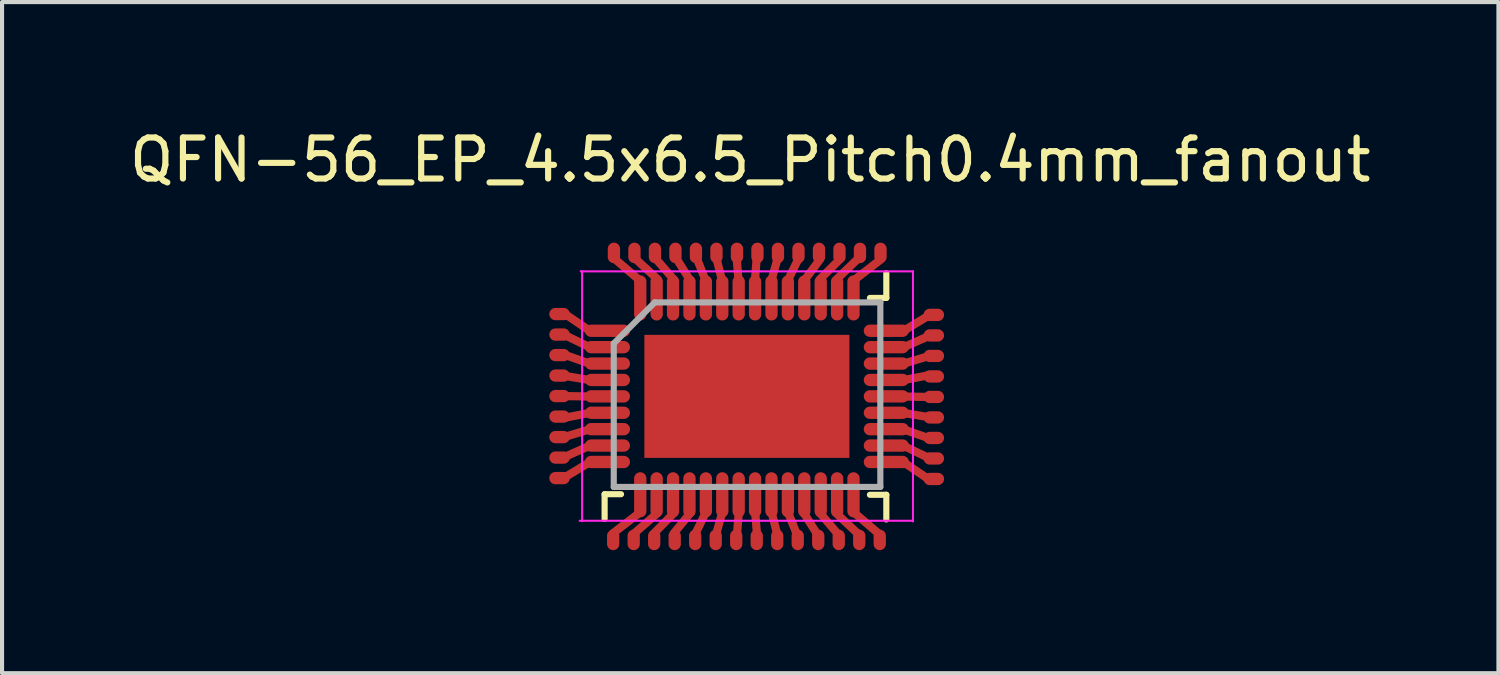
<source format=kicad_pcb>
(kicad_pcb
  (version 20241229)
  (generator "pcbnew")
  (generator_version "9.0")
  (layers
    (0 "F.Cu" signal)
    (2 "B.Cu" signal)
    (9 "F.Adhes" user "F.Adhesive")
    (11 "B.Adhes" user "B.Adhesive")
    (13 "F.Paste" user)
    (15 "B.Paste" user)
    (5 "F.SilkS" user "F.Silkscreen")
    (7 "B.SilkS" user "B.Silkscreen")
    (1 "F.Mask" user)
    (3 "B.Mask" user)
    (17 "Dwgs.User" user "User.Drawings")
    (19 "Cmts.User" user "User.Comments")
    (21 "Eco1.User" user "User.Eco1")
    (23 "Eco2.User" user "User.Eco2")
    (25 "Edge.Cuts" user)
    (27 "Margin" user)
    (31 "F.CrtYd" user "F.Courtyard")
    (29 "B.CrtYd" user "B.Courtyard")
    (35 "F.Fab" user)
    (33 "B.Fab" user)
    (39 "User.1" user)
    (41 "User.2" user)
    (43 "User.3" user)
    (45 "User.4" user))
  (footprint "QFN-56_EP_4.5x6.5_Pitch0.4mm_fanout"
    (layer "F.Cu")
    (at 15.044 6.448)
    (property "Reference" "QFN-56_EP_4.5x6.5_Pitch0.4mm_fanout" (at 0.2 -5.6 0) (layer "F.SilkS") (effects (font (size 1 1) (thickness 0.15))))
    (attr smd)
    (fp_line (start -3.71 -1.43) (end -4.3 -1.83) (stroke (width 0.2) (type solid)) (layer "F.Cu"))
    (fp_line (start -3.71 -1.03) (end -4.31 -1.32) (stroke (width 0.2) (type solid)) (layer "F.Cu"))
    (fp_line (start -3.71 -0.63) (end -4.28 -0.83) (stroke (width 0.2) (type solid)) (layer "F.Cu"))
    (fp_line (start -3.71 -0.23) (end -4.31 -0.33) (stroke (width 0.2) (type solid)) (layer "F.Cu"))
    (fp_line (start -3.71 0.17) (end -4.32 0.16) (stroke (width 0.2) (type solid)) (layer "F.Cu"))
    (fp_line (start -3.71 0.57) (end -4.33 0.69) (stroke (width 0.2) (type solid)) (layer "F.Cu"))
    (fp_line (start -3.71 0.97) (end -4.34 1.16) (stroke (width 0.2) (type solid)) (layer "F.Cu"))
    (fp_line (start -3.71 1.37) (end -4.34 1.65) (stroke (width 0.2) (type solid)) (layer "F.Cu"))
    (fp_line (start -3.71 1.77) (end -4.37 2.17) (stroke (width 0.2) (type solid)) (layer "F.Cu"))
    (fp_line (start -3.14 3.5) (end -2.48 2.99) (stroke (width 0.2) (type solid)) (layer "F.Cu"))
    (fp_line (start -3.116 -3.194) (end -2.486 -2.654) (stroke (width 0.2) (type solid)) (layer "F.Cu"))
    (fp_line (start -2.63 3.51) (end -2.07 3.02) (stroke (width 0.2) (type solid)) (layer "F.Cu"))
    (fp_line (start -2.596 -3.184) (end -2.06 -2.69) (stroke (width 0.2) (type solid)) (layer "F.Cu"))
    (fp_line (start -2.13 3.49) (end -1.66 3.01) (stroke (width 0.2) (type solid)) (layer "F.Cu"))
    (fp_line (start -2.116 -3.204) (end -1.67 -2.69) (stroke (width 0.2) (type solid)) (layer "F.Cu"))
    (fp_line (start -1.66 3.5) (end -1.25 3) (stroke (width 0.2) (type solid)) (layer "F.Cu"))
    (fp_line (start -1.606 -3.204) (end -1.29 -2.7) (stroke (width 0.2) (type solid)) (layer "F.Cu"))
    (fp_line (start -1.14 3.52) (end -0.88 2.99) (stroke (width 0.2) (type solid)) (layer "F.Cu"))
    (fp_line (start -1.106 -3.204) (end -0.886 -2.654) (stroke (width 0.2) (type solid)) (layer "F.Cu"))
    (fp_line (start -0.63 3.52) (end -0.48 2.99) (stroke (width 0.2) (type solid)) (layer "F.Cu"))
    (fp_line (start -0.616 -3.164) (end -0.486 -2.654) (stroke (width 0.2) (type solid)) (layer "F.Cu"))
    (fp_line (start -0.126 -3.144) (end -0.086 -2.654) (stroke (width 0.2) (type solid)) (layer "F.Cu"))
    (fp_line (start -0.12 3.5) (end -0.08 2.99) (stroke (width 0.2) (type solid)) (layer "F.Cu"))
    (fp_line (start 0.354 -3.164) (end 0.314 -2.654) (stroke (width 0.2) (type solid)) (layer "F.Cu"))
    (fp_line (start 0.36 3.48) (end 0.32 2.99) (stroke (width 0.2) (type solid)) (layer "F.Cu"))
    (fp_line (start 0.85 3.5) (end 0.72 2.99) (stroke (width 0.2) (type solid)) (layer "F.Cu"))
    (fp_line (start 0.864 -3.184) (end 0.714 -2.654) (stroke (width 0.2) (type solid)) (layer "F.Cu"))
    (fp_line (start 1.34 3.54) (end 1.12 2.99) (stroke (width 0.2) (type solid)) (layer "F.Cu"))
    (fp_line (start 1.374 -3.184) (end 1.114 -2.654) (stroke (width 0.2) (type solid)) (layer "F.Cu"))
    (fp_line (start 1.84 3.54) (end 1.5 3) (stroke (width 0.2) (type solid)) (layer "F.Cu"))
    (fp_line (start 1.894 -3.164) (end 1.514 -2.654) (stroke (width 0.2) (type solid)) (layer "F.Cu"))
    (fp_line (start 2.35 3.54) (end 1.9 3.01) (stroke (width 0.2) (type solid)) (layer "F.Cu"))
    (fp_line (start 2.364 -3.154) (end 1.91 -2.7) (stroke (width 0.2) (type solid)) (layer "F.Cu"))
    (fp_line (start 2.83 3.52) (end 2.29 3.01) (stroke (width 0.2) (type solid)) (layer "F.Cu"))
    (fp_line (start 2.87 -3.23) (end 2.34 -2.72) (stroke (width 0.2) (type solid)) (layer "F.Cu"))
    (fp_line (start 3.35 3.53) (end 2.72 2.99) (stroke (width 0.2) (type solid)) (layer "F.Cu"))
    (fp_line (start 3.374 -3.164) (end 2.714 -2.654) (stroke (width 0.2) (type solid)) (layer "F.Cu"))
    (fp_line (start 3.936 -1.429) (end 4.596 -1.829) (stroke (width 0.2) (type solid)) (layer "F.Cu"))
    (fp_line (start 3.936 -1.029) (end 4.566 -1.309) (stroke (width 0.2) (type solid)) (layer "F.Cu"))
    (fp_line (start 3.936 -0.629) (end 4.566 -0.819) (stroke (width 0.2) (type solid)) (layer "F.Cu"))
    (fp_line (start 3.936 -0.229) (end 4.556 -0.349) (stroke (width 0.2) (type solid)) (layer "F.Cu"))
    (fp_line (start 3.936 0.171) (end 4.546 0.181) (stroke (width 0.2) (type solid)) (layer "F.Cu"))
    (fp_line (start 3.936 0.571) (end 4.536 0.671) (stroke (width 0.2) (type solid)) (layer "F.Cu"))
    (fp_line (start 3.936 0.971) (end 4.506 1.171) (stroke (width 0.2) (type solid)) (layer "F.Cu"))
    (fp_line (start 3.936 1.371) (end 4.536 1.661) (stroke (width 0.2) (type solid)) (layer "F.Cu"))
    (fp_line (start 3.936 1.771) (end 4.526 2.171) (stroke (width 0.2) (type solid)) (layer "F.Cu"))
    (fp_line (start -3.351 2.553) (end -2.951 2.553) (stroke (width 0.15) (type solid)) (layer "F.SilkS"))
    (fp_line (start -3.351 3.153) (end -3.351 2.553) (stroke (width 0.15) (type solid)) (layer "F.SilkS"))
    (fp_line (start 3.518 -2.833) (end 3.518 -2.233) (stroke (width 0.15) (type solid)) (layer "F.SilkS"))
    (fp_line (start 3.518 -2.233) (end 3.118 -2.233) (stroke (width 0.15) (type solid)) (layer "F.SilkS"))
    (fp_line (start 3.518 2.567) (end 3.118 2.567) (stroke (width 0.15) (type solid)) (layer "F.SilkS"))
    (fp_line (start 3.518 3.167) (end 3.518 2.567) (stroke (width 0.15) (type solid)) (layer "F.SilkS"))
    (fp_line (start -3.96 3.2) (end 4.14 3.2) (stroke (width 0.05) (type solid)) (layer "F.CrtYd"))
    (fp_line (start -3.934 -2.881) (end 4.166 -2.881) (stroke (width 0.05) (type solid)) (layer "F.CrtYd"))
    (fp_line (start -3.9 -2.89) (end -3.9 3.21) (stroke (width 0.05) (type solid)) (layer "F.CrtYd"))
    (fp_line (start 4.168 -2.883) (end 4.168 3.217) (stroke (width 0.05) (type solid)) (layer "F.CrtYd"))
    (fp_line (start -3.128 -1.124) (end -2.128 -2.124) (stroke (width 0.15) (type solid)) (layer "F.Fab"))
    (fp_line (start -3.128 2.376) (end -3.128 -1.124) (stroke (width 0.15) (type solid)) (layer "F.Fab"))
    (fp_line (start -2.128 -2.124) (end 3.372 -2.124) (stroke (width 0.15) (type solid)) (layer "F.Fab"))
    (fp_line (start 3.372 -2.124) (end 3.372 2.376) (stroke (width 0.15) (type solid)) (layer "F.Fab"))
    (fp_line (start 3.372 2.376) (end -3.128 2.376) (stroke (width 0.15) (type solid)) (layer "F.Fab"))
    (pad "" smd rect (at 0.118 0.167 90) (size 3 5) (layers "F.Cu" "F.Mask" "F.Paste"))
    (pad "0" smd oval (at -3.282 -1.433 90) (size 0.3 1.1) (layers "F.Cu" "F.Mask" "F.Paste"))
    (pad "0" smd oval (at -3.282 -1.033 90) (size 0.3 1.1) (layers "F.Cu" "F.Mask" "F.Paste"))
    (pad "0" smd oval (at -3.282 -0.633 90) (size 0.3 1.1) (layers "F.Cu" "F.Mask" "F.Paste"))
    (pad "0" smd oval (at -3.282 -0.233 90) (size 0.3 1.1) (layers "F.Cu" "F.Mask" "F.Paste"))
    (pad "0" smd oval (at -3.282 0.167 90) (size 0.3 1.1) (layers "F.Cu" "F.Mask" "F.Paste"))
    (pad "0" smd oval (at -3.282 0.567 90) (size 0.3 1.1) (layers "F.Cu" "F.Mask" "F.Paste"))
    (pad "0" smd oval (at -3.282 0.967 90) (size 0.3 1.1) (layers "F.Cu" "F.Mask" "F.Paste"))
    (pad "0" smd oval (at -3.282 1.367 90) (size 0.3 1.1) (layers "F.Cu" "F.Mask" "F.Paste"))
    (pad "0" smd oval (at -3.282 1.767 90) (size 0.3 1.1) (layers "F.Cu" "F.Mask" "F.Paste"))
    (pad "0" smd oval (at -2.482 -2.233 180) (size 0.3 1.1) (layers "F.Cu" "F.Mask" "F.Paste"))
    (pad "0" smd oval (at -2.482 2.567 180) (size 0.3 1.1) (layers "F.Cu" "F.Mask" "F.Paste"))
    (pad "0" smd oval (at -2.082 -2.233 180) (size 0.3 1.1) (layers "F.Cu" "F.Mask" "F.Paste"))
    (pad "0" smd oval (at -2.082 2.567 180) (size 0.3 1.1) (layers "F.Cu" "F.Mask" "F.Paste"))
    (pad "0" smd oval (at -1.682 -2.233 180) (size 0.3 1.1) (layers "F.Cu" "F.Mask" "F.Paste"))
    (pad "0" smd oval (at -1.682 2.567 180) (size 0.3 1.1) (layers "F.Cu" "F.Mask" "F.Paste"))
    (pad "0" smd oval (at -1.282 -2.233 180) (size 0.3 1.1) (layers "F.Cu" "F.Mask" "F.Paste"))
    (pad "0" smd oval (at -1.282 2.567 180) (size 0.3 1.1) (layers "F.Cu" "F.Mask" "F.Paste"))
    (pad "0" smd oval (at -0.882 -2.233 180) (size 0.3 1.1) (layers "F.Cu" "F.Mask" "F.Paste"))
    (pad "0" smd oval (at -0.882 2.567 180) (size 0.3 1.1) (layers "F.Cu" "F.Mask" "F.Paste"))
    (pad "0" smd oval (at -0.482 -2.233 180) (size 0.3 1.1) (layers "F.Cu" "F.Mask" "F.Paste"))
    (pad "0" smd oval (at -0.482 2.567 180) (size 0.3 1.1) (layers "F.Cu" "F.Mask" "F.Paste"))
    (pad "0" smd oval (at -0.082 -2.233 180) (size 0.3 1.1) (layers "F.Cu" "F.Mask" "F.Paste"))
    (pad "0" smd oval (at -0.082 2.567 180) (size 0.3 1.1) (layers "F.Cu" "F.Mask" "F.Paste"))
    (pad "0" smd oval (at 0.318 -2.233 180) (size 0.3 1.1) (layers "F.Cu" "F.Mask" "F.Paste"))
    (pad "0" smd oval (at 0.318 2.567 180) (size 0.3 1.1) (layers "F.Cu" "F.Mask" "F.Paste"))
    (pad "0" smd oval (at 0.718 -2.233 180) (size 0.3 1.1) (layers "F.Cu" "F.Mask" "F.Paste"))
    (pad "0" smd oval (at 0.718 2.567 180) (size 0.3 1.1) (layers "F.Cu" "F.Mask" "F.Paste"))
    (pad "0" smd oval (at 1.118 -2.233 180) (size 0.3 1.1) (layers "F.Cu" "F.Mask" "F.Paste"))
    (pad "0" smd oval (at 1.118 2.567 180) (size 0.3 1.1) (layers "F.Cu" "F.Mask" "F.Paste"))
    (pad "0" smd oval (at 1.518 -2.233 180) (size 0.3 1.1) (layers "F.Cu" "F.Mask" "F.Paste"))
    (pad "0" smd oval (at 1.518 2.567 180) (size 0.3 1.1) (layers "F.Cu" "F.Mask" "F.Paste"))
    (pad "0" smd oval (at 1.918 -2.233 180) (size 0.3 1.1) (layers "F.Cu" "F.Mask" "F.Paste"))
    (pad "0" smd oval (at 1.918 2.567 180) (size 0.3 1.1) (layers "F.Cu" "F.Mask" "F.Paste"))
    (pad "0" smd oval (at 2.318 -2.233 180) (size 0.3 1.1) (layers "F.Cu" "F.Mask" "F.Paste"))
    (pad "0" smd oval (at 2.318 2.567 180) (size 0.3 1.1) (layers "F.Cu" "F.Mask" "F.Paste"))
    (pad "0" smd oval (at 2.718 -2.233 180) (size 0.3 1.1) (layers "F.Cu" "F.Mask" "F.Paste"))
    (pad "0" smd oval (at 2.718 2.567 180) (size 0.3 1.1) (layers "F.Cu" "F.Mask" "F.Paste"))
    (pad "0" smd oval (at 3.518 -1.433 90) (size 0.3 1.1) (layers "F.Cu" "F.Mask" "F.Paste"))
    (pad "0" smd oval (at 3.518 -1.033 90) (size 0.3 1.1) (layers "F.Cu" "F.Mask" "F.Paste"))
    (pad "0" smd oval (at 3.518 -0.633 90) (size 0.3 1.1) (layers "F.Cu" "F.Mask" "F.Paste"))
    (pad "0" smd oval (at 3.518 -0.233 90) (size 0.3 1.1) (layers "F.Cu" "F.Mask" "F.Paste"))
    (pad "0" smd oval (at 3.518 0.167 90) (size 0.3 1.1) (layers "F.Cu" "F.Mask" "F.Paste"))
    (pad "0" smd oval (at 3.518 0.567 90) (size 0.3 1.1) (layers "F.Cu" "F.Mask" "F.Paste"))
    (pad "0" smd oval (at 3.518 0.967 90) (size 0.3 1.1) (layers "F.Cu" "F.Mask" "F.Paste"))
    (pad "0" smd oval (at 3.518 1.367 90) (size 0.3 1.1) (layers "F.Cu" "F.Mask" "F.Paste"))
    (pad "0" smd oval (at 3.518 1.767 90) (size 0.3 1.1) (layers "F.Cu" "F.Mask" "F.Paste"))
    (pad "1" smd oval (at -4.45 -1.84 90) (size 0.3 0.5) (layers "F.Cu" "F.Mask" "F.Paste"))
    (pad "2" smd oval (at -4.45 -1.34 90) (size 0.3 0.5) (layers "F.Cu" "F.Mask" "F.Paste"))
    (pad "3" smd oval (at -4.45 -0.84 90) (size 0.3 0.5) (layers "F.Cu" "F.Mask" "F.Paste"))
    (pad "4" smd oval (at -4.45 -0.34 90) (size 0.3 0.5) (layers "F.Cu" "F.Mask" "F.Paste"))
    (pad "5" smd oval (at -4.45 0.16 90) (size 0.3 0.5) (layers "F.Cu" "F.Mask" "F.Paste"))
    (pad "6" smd oval (at -4.45 0.66 90) (size 0.3 0.5) (layers "F.Cu" "F.Mask" "F.Paste"))
    (pad "7" smd oval (at -4.45 1.16 90) (size 0.3 0.5) (layers "F.Cu" "F.Mask" "F.Paste"))
    (pad "8" smd oval (at -4.45 1.66 90) (size 0.3 0.5) (layers "F.Cu" "F.Mask" "F.Paste"))
    (pad "9" smd oval (at -4.45 2.16 90) (size 0.3 0.5) (layers "F.Cu" "F.Mask" "F.Paste"))
    (pad "10" smd oval (at -3.142 3.667 180) (size 0.3 0.5) (layers "F.Cu" "F.Mask" "F.Paste"))
    (pad "11" smd oval (at -2.642 3.667 180) (size 0.3 0.5) (layers "F.Cu" "F.Mask" "F.Paste"))
    (pad "12" smd oval (at -2.142 3.667 180) (size 0.3 0.5) (layers "F.Cu" "F.Mask" "F.Paste"))
    (pad "13" smd oval (at -1.642 3.667 180) (size 0.3 0.5) (layers "F.Cu" "F.Mask" "F.Paste"))
    (pad "14" smd oval (at -1.142 3.667 180) (size 0.3 0.5) (layers "F.Cu" "F.Mask" "F.Paste"))
    (pad "15" smd oval (at -0.642 3.667 180) (size 0.3 0.5) (layers "F.Cu" "F.Mask" "F.Paste"))
    (pad "16" smd oval (at -0.142 3.667 180) (size 0.3 0.5) (layers "F.Cu" "F.Mask" "F.Paste"))
    (pad "17" smd oval (at 0.358 3.667 180) (size 0.3 0.5) (layers "F.Cu" "F.Mask" "F.Paste"))
    (pad "18" smd oval (at 0.858 3.667 180) (size 0.3 0.5) (layers "F.Cu" "F.Mask" "F.Paste"))
    (pad "19" smd oval (at 1.358 3.667 180) (size 0.3 0.5) (layers "F.Cu" "F.Mask" "F.Paste"))
    (pad "20" smd oval (at 1.858 3.667 180) (size 0.3 0.5) (layers "F.Cu" "F.Mask" "F.Paste"))
    (pad "21" smd oval (at 2.358 3.667 180) (size 0.3 0.5) (layers "F.Cu" "F.Mask" "F.Paste"))
    (pad "22" smd oval (at 2.858 3.667 180) (size 0.3 0.5) (layers "F.Cu" "F.Mask" "F.Paste"))
    (pad "23" smd oval (at 3.358 3.667 180) (size 0.3 0.5) (layers "F.Cu" "F.Mask" "F.Paste"))
    (pad "24" smd oval (at 4.676 2.181 270) (size 0.3 0.5) (layers "F.Cu" "F.Mask" "F.Paste"))
    (pad "25" smd oval (at 4.676 1.681 270) (size 0.3 0.5) (layers "F.Cu" "F.Mask" "F.Paste"))
    (pad "26" smd oval (at 4.676 1.181 270) (size 0.3 0.5) (layers "F.Cu" "F.Mask" "F.Paste"))
    (pad "27" smd oval (at 4.676 0.681 270) (size 0.3 0.5) (layers "F.Cu" "F.Mask" "F.Paste"))
    (pad "28" smd oval (at 4.676 0.181 270) (size 0.3 0.5) (layers "F.Cu" "F.Mask" "F.Paste"))
    (pad "29" smd oval (at 4.676 -0.319 270) (size 0.3 0.5) (layers "F.Cu" "F.Mask" "F.Paste"))
    (pad "30" smd oval (at 4.676 -0.819 270) (size 0.3 0.5) (layers "F.Cu" "F.Mask" "F.Paste"))
    (pad "31" smd oval (at 4.676 -1.319 270) (size 0.3 0.5) (layers "F.Cu" "F.Mask" "F.Paste"))
    (pad "32" smd oval (at 4.676 -1.819 270) (size 0.3 0.5) (layers "F.Cu" "F.Mask" "F.Paste"))
    (pad "33" smd oval (at 3.376 -3.331) (size 0.3 0.5) (layers "F.Cu" "F.Mask" "F.Paste"))
    (pad "34" smd oval (at 2.876 -3.331) (size 0.3 0.5) (layers "F.Cu" "F.Mask" "F.Paste"))
    (pad "35" smd oval (at 2.376 -3.331) (size 0.3 0.5) (layers "F.Cu" "F.Mask" "F.Paste"))
    (pad "36" smd oval (at 1.876 -3.331) (size 0.3 0.5) (layers "F.Cu" "F.Mask" "F.Paste"))
    (pad "37" smd oval (at 1.376 -3.331) (size 0.3 0.5) (layers "F.Cu" "F.Mask" "F.Paste"))
    (pad "38" smd oval (at 0.876 -3.331) (size 0.3 0.5) (layers "F.Cu" "F.Mask" "F.Paste"))
    (pad "39" smd oval (at 0.376 -3.331) (size 0.3 0.5) (layers "F.Cu" "F.Mask" "F.Paste"))
    (pad "40" smd oval (at -0.124 -3.331) (size 0.3 0.5) (layers "F.Cu" "F.Mask" "F.Paste"))
    (pad "41" smd oval (at -0.624 -3.331) (size 0.3 0.5) (layers "F.Cu" "F.Mask" "F.Paste"))
    (pad "42" smd oval (at -1.124 -3.331) (size 0.3 0.5) (layers "F.Cu" "F.Mask" "F.Paste"))
    (pad "43" smd oval (at -1.624 -3.331) (size 0.3 0.5) (layers "F.Cu" "F.Mask" "F.Paste"))
    (pad "44" smd oval (at -2.124 -3.331) (size 0.3 0.5) (layers "F.Cu" "F.Mask" "F.Paste"))
    (pad "45" smd oval (at -2.624 -3.331) (size 0.3 0.5) (layers "F.Cu" "F.Mask" "F.Paste"))
    (pad "46" smd oval (at -3.124 -3.331) (size 0.3 0.5) (layers "F.Cu" "F.Mask" "F.Paste")))
  (gr_rect
    (start -3 -3)
    (end 33.488 13.365)
    (stroke (width 0.1) (type default))
    (fill no)
    (layer "Edge.Cuts")))
</source>
